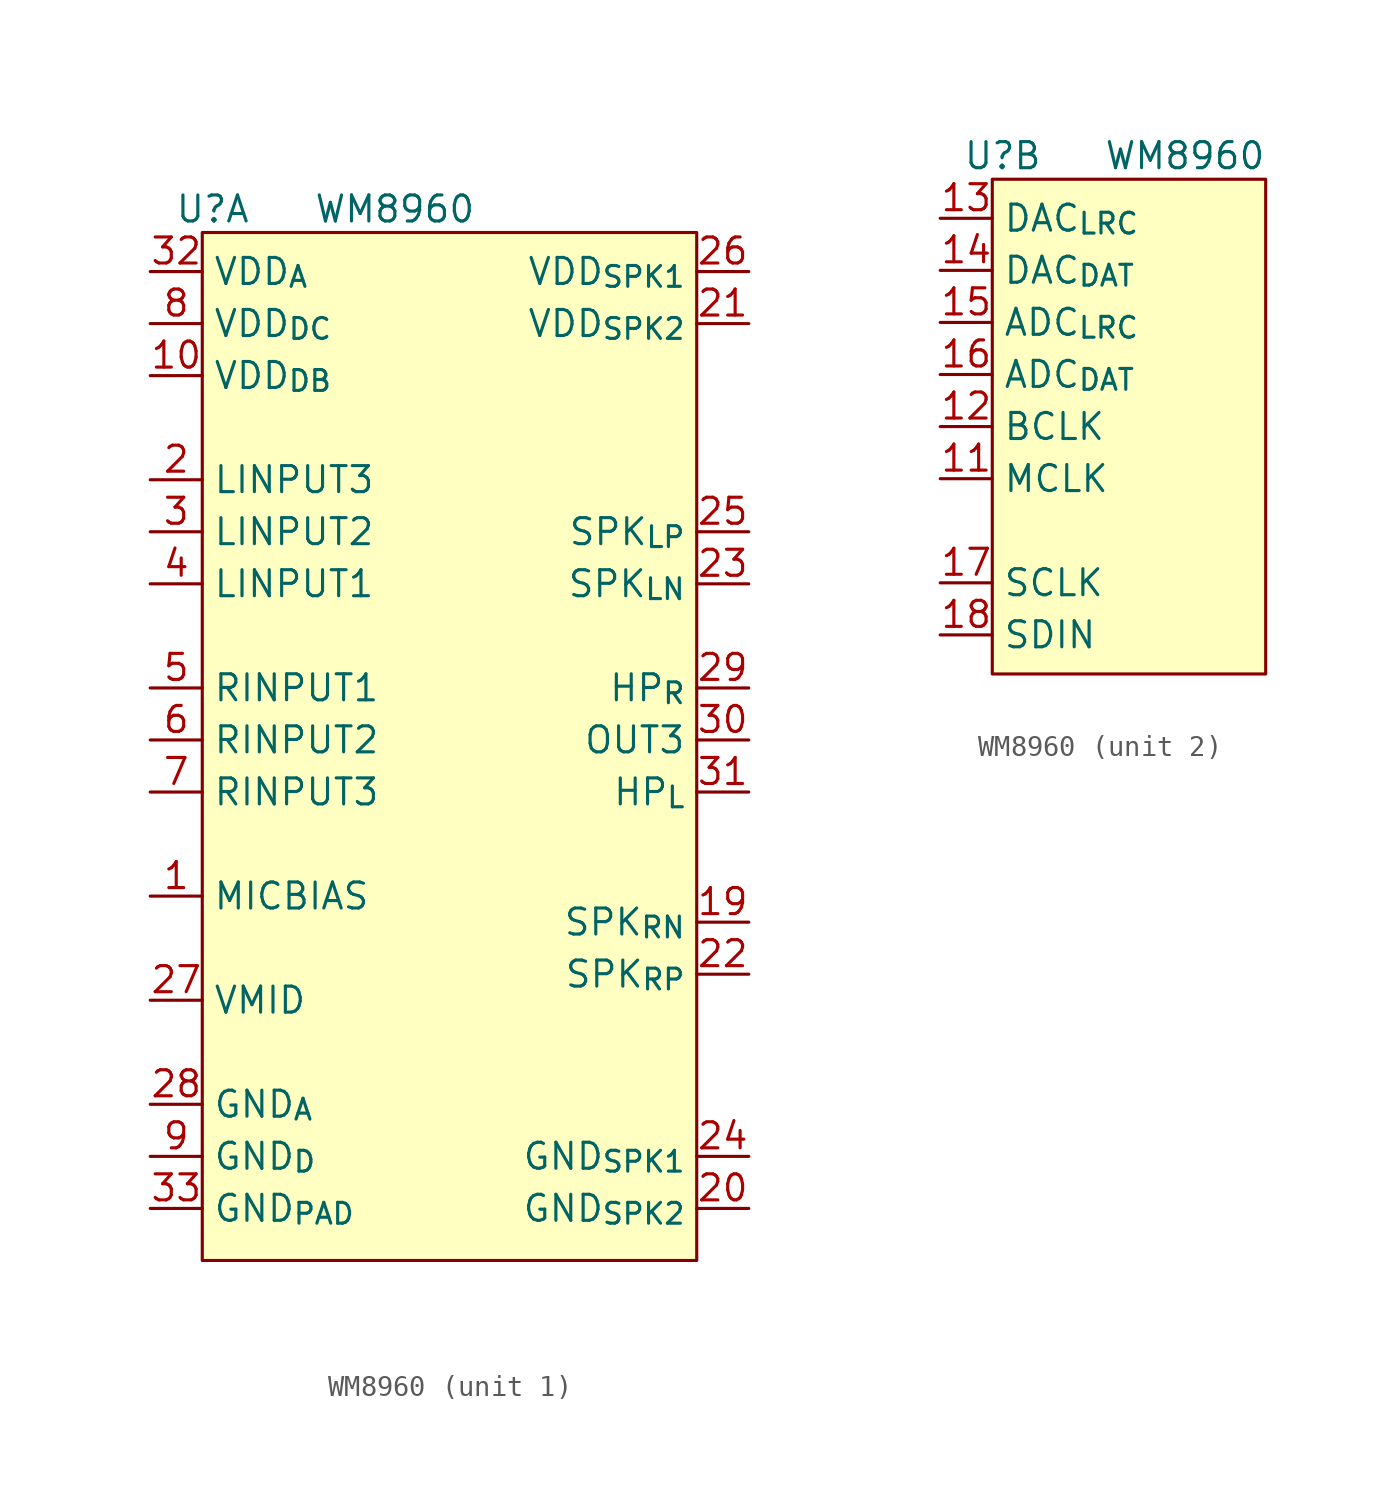
<source format=kicad_sym>
(kicad_symbol_lib
  (version 20241209)
  (generator "kicad_symbol_editor")
  (generator_version "9.0")
  (symbol "WM8960"
    (property "Reference" "U"
      (at 3.048 3.048 0)
      (effects (font (size 1.27 1.27))))
    (property "Value" "WM8960"
      (at 11.938 3.048 0)
      (effects (font (size 1.27 1.27))))
    (property "ki_locked" ""
      (at 0 0 0)
      (effects (font (size 1.27 1.27))))
    (symbol "WM8960_1_1"
      (rectangle (start 2.54 1.905) (end 26.67 -48.26) (stroke (width 0) (type solid)) (fill (type background)))
      (pin power_in line (at 0 0 0) (length 2.54) (name "VDD_{A}" (effects (font (size 1.27 1.27)))) (number "32" (effects (font (size 1.27 1.27)))))
      (pin power_in line (at 0 -2.54 0) (length 2.54) (name "VDD_{DC}" (effects (font (size 1.27 1.27)))) (number "8" (effects (font (size 1.27 1.27)))))
      (pin power_in line (at 0 -5.08 0) (length 2.54) (name "VDD_{DB}" (effects (font (size 1.27 1.27)))) (number "10" (effects (font (size 1.27 1.27)))))
      (pin input line (at 0 -10.16 0) (length 2.54) (name "LINPUT3" (effects (font (size 1.27 1.27)))) (number "2" (effects (font (size 1.27 1.27)))) (alternate "JD2" input line))
      (pin input line (at 0 -12.7 0) (length 2.54) (name "LINPUT2" (effects (font (size 1.27 1.27)))) (number "3" (effects (font (size 1.27 1.27)))))
      (pin input line (at 0 -15.24 0) (length 2.54) (name "LINPUT1" (effects (font (size 1.27 1.27)))) (number "4" (effects (font (size 1.27 1.27)))))
      (pin input line (at 0 -20.32 0) (length 2.54) (name "RINPUT1" (effects (font (size 1.27 1.27)))) (number "5" (effects (font (size 1.27 1.27)))))
      (pin input line (at 0 -22.86 0) (length 2.54) (name "RINPUT2" (effects (font (size 1.27 1.27)))) (number "6" (effects (font (size 1.27 1.27)))))
      (pin input line (at 0 -25.4 0) (length 2.54) (name "RINPUT3" (effects (font (size 1.27 1.27)))) (number "7" (effects (font (size 1.27 1.27)))) (alternate "JD3" input line))
      (pin output line (at 0 -30.48 0) (length 2.54) (name "MICBIAS" (effects (font (size 1.27 1.27)))) (number "1" (effects (font (size 1.27 1.27)))))
      (pin output line (at 0 -35.56 0) (length 2.54) (name "VMID" (effects (font (size 1.27 1.27)))) (number "27" (effects (font (size 1.27 1.27)))))
      (pin power_in line (at 0 -40.64 0) (length 2.54) (name "GND_{A}" (effects (font (size 1.27 1.27)))) (number "28" (effects (font (size 1.27 1.27)))))
      (pin power_in line (at 0 -43.18 0) (length 2.54) (name "GND_{D}" (effects (font (size 1.27 1.27)))) (number "9" (effects (font (size 1.27 1.27)))))
      (pin power_in line (at 0 -45.72 0) (length 2.54) (name "GND_{PAD}" (effects (font (size 1.27 1.27)))) (number "33" (effects (font (size 1.27 1.27)))))
      (pin power_in line (at 29.21 0 180) (length 2.54) (name "VDD_{SPK1}" (effects (font (size 1.27 1.27)))) (number "26" (effects (font (size 1.27 1.27)))))
      (pin power_in line (at 29.21 -2.54 180) (length 2.54) (name "VDD_{SPK2}" (effects (font (size 1.27 1.27)))) (number "21" (effects (font (size 1.27 1.27)))))
      (pin output line (at 29.21 -12.7 180) (length 2.54) (name "SPK_{LP}" (effects (font (size 1.27 1.27)))) (number "25" (effects (font (size 1.27 1.27)))))
      (pin output line (at 29.21 -15.24 180) (length 2.54) (name "SPK_{LN}" (effects (font (size 1.27 1.27)))) (number "23" (effects (font (size 1.27 1.27)))))
      (pin output line (at 29.21 -20.32 180) (length 2.54) (name "HP_{R}" (effects (font (size 1.27 1.27)))) (number "29" (effects (font (size 1.27 1.27)))))
      (pin output line (at 29.21 -22.86 180) (length 2.54) (name "OUT3" (effects (font (size 1.27 1.27)))) (number "30" (effects (font (size 1.27 1.27)))))
      (pin output line (at 29.21 -25.4 180) (length 2.54) (name "HP_{L}" (effects (font (size 1.27 1.27)))) (number "31" (effects (font (size 1.27 1.27)))))
      (pin output line (at 29.21 -31.75 180) (length 2.54) (name "SPK_{RN}" (effects (font (size 1.27 1.27)))) (number "19" (effects (font (size 1.27 1.27)))))
      (pin output line (at 29.21 -34.29 180) (length 2.54) (name "SPK_{RP}" (effects (font (size 1.27 1.27)))) (number "22" (effects (font (size 1.27 1.27)))))
      (pin power_in line (at 29.21 -43.18 180) (length 2.54) (name "GND_{SPK1}" (effects (font (size 1.27 1.27)))) (number "24" (effects (font (size 1.27 1.27)))))
      (pin power_in line (at 29.21 -45.72 180) (length 2.54) (name "GND_{SPK2}" (effects (font (size 1.27 1.27)))) (number "20" (effects (font (size 1.27 1.27))))))
    (symbol "WM8960_2_1"
      (rectangle (start 2.54 1.905) (end 15.875 -22.225) (stroke (width 0) (type solid)) (fill (type background)))
      (pin bidirectional line (at 0 0 0) (length 2.54) (name "DAC_{LRC}" (effects (font (size 1.27 1.27)))) (number "13" (effects (font (size 1.27 1.27)))))
      (pin input line (at 0 -2.54 0) (length 2.54) (name "DAC_{DAT}" (effects (font (size 1.27 1.27)))) (number "14" (effects (font (size 1.27 1.27)))))
      (pin bidirectional line (at 0 -5.08 0) (length 2.54) (name "ADC_{LRC}" (effects (font (size 1.27 1.27)))) (number "15" (effects (font (size 1.27 1.27)))) (alternate "GPIO1" bidirectional line))
      (pin output line (at 0 -7.62 0) (length 2.54) (name "ADC_{DAT}" (effects (font (size 1.27 1.27)))) (number "16" (effects (font (size 1.27 1.27)))))
      (pin bidirectional line (at 0 -10.16 0) (length 2.54) (name "BCLK" (effects (font (size 1.27 1.27)))) (number "12" (effects (font (size 1.27 1.27)))))
      (pin input line (at 0 -12.7 0) (length 2.54) (name "MCLK" (effects (font (size 1.27 1.27)))) (number "11" (effects (font (size 1.27 1.27)))))
      (pin input line (at 0 -17.78 0) (length 2.54) (name "SCLK" (effects (font (size 1.27 1.27)))) (number "17" (effects (font (size 1.27 1.27)))))
      (pin bidirectional line (at 0 -20.32 0) (length 2.54) (name "SDIN" (effects (font (size 1.27 1.27)))) (number "18" (effects (font (size 1.27 1.27))))))))
</source>
